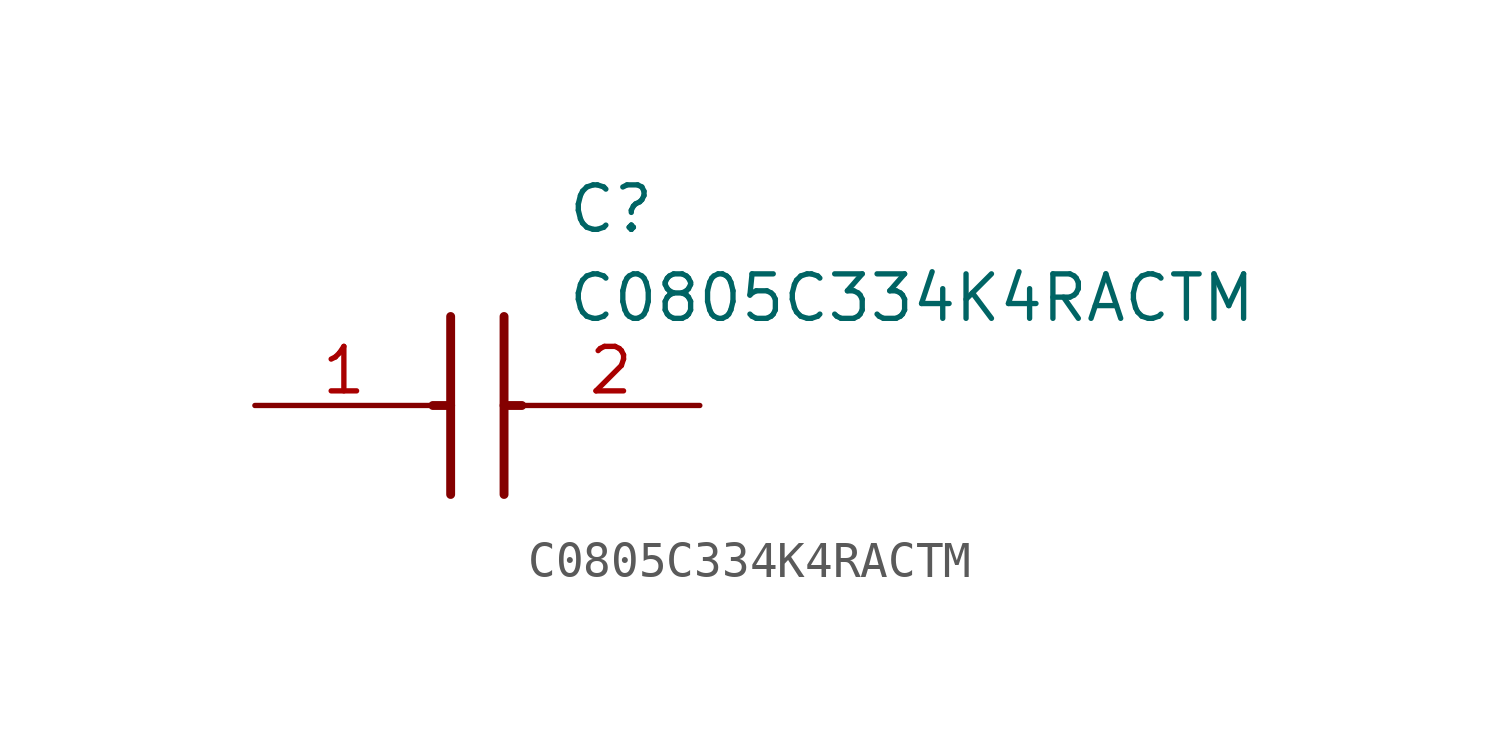
<source format=kicad_sym>
(kicad_symbol_lib
  (version 20211014)
  (generator SamacSys_ECAD_Model)
  (symbol "C0805C334K4RACTM"
    (pin_names hide)
    (property "Reference" "C"
      (at 8.89 6.35 0)
      (effects (font (size 1.27 1.27)) (justify left top)))
    (property "Value" "C0805C334K4RACTM"
      (at 8.89 3.81 0)
      (effects (font (size 1.27 1.27)) (justify left top)))
    (polyline
      (pts (xy 5.588 2.54) (xy 5.588 -2.54))
      (stroke (width 0.254) (type default))
      (fill (type none)))
    (polyline
      (pts (xy 7.112 2.54) (xy 7.112 -2.54))
      (stroke (width 0.254) (type default))
      (fill (type none)))
    (polyline
      (pts (xy 5.08 0) (xy 5.588 0))
      (stroke (width 0.254) (type default))
      (fill (type none)))
    (polyline
      (pts (xy 7.112 0) (xy 7.62 0))
      (stroke (width 0.254) (type default))
      (fill (type none)))
    (pin passive line
      (at 0 0 0)
      (length 5.08)
      (name "1" (effects (font (size 1.27 1.27))))
      (number "1" (effects (font (size 1.27 1.27)))))
    (pin passive line
      (at 12.7 0 180)
      (length 5.08)
      (name "2" (effects (font (size 1.27 1.27))))
      (number "2" (effects (font (size 1.27 1.27)))))))
</source>
